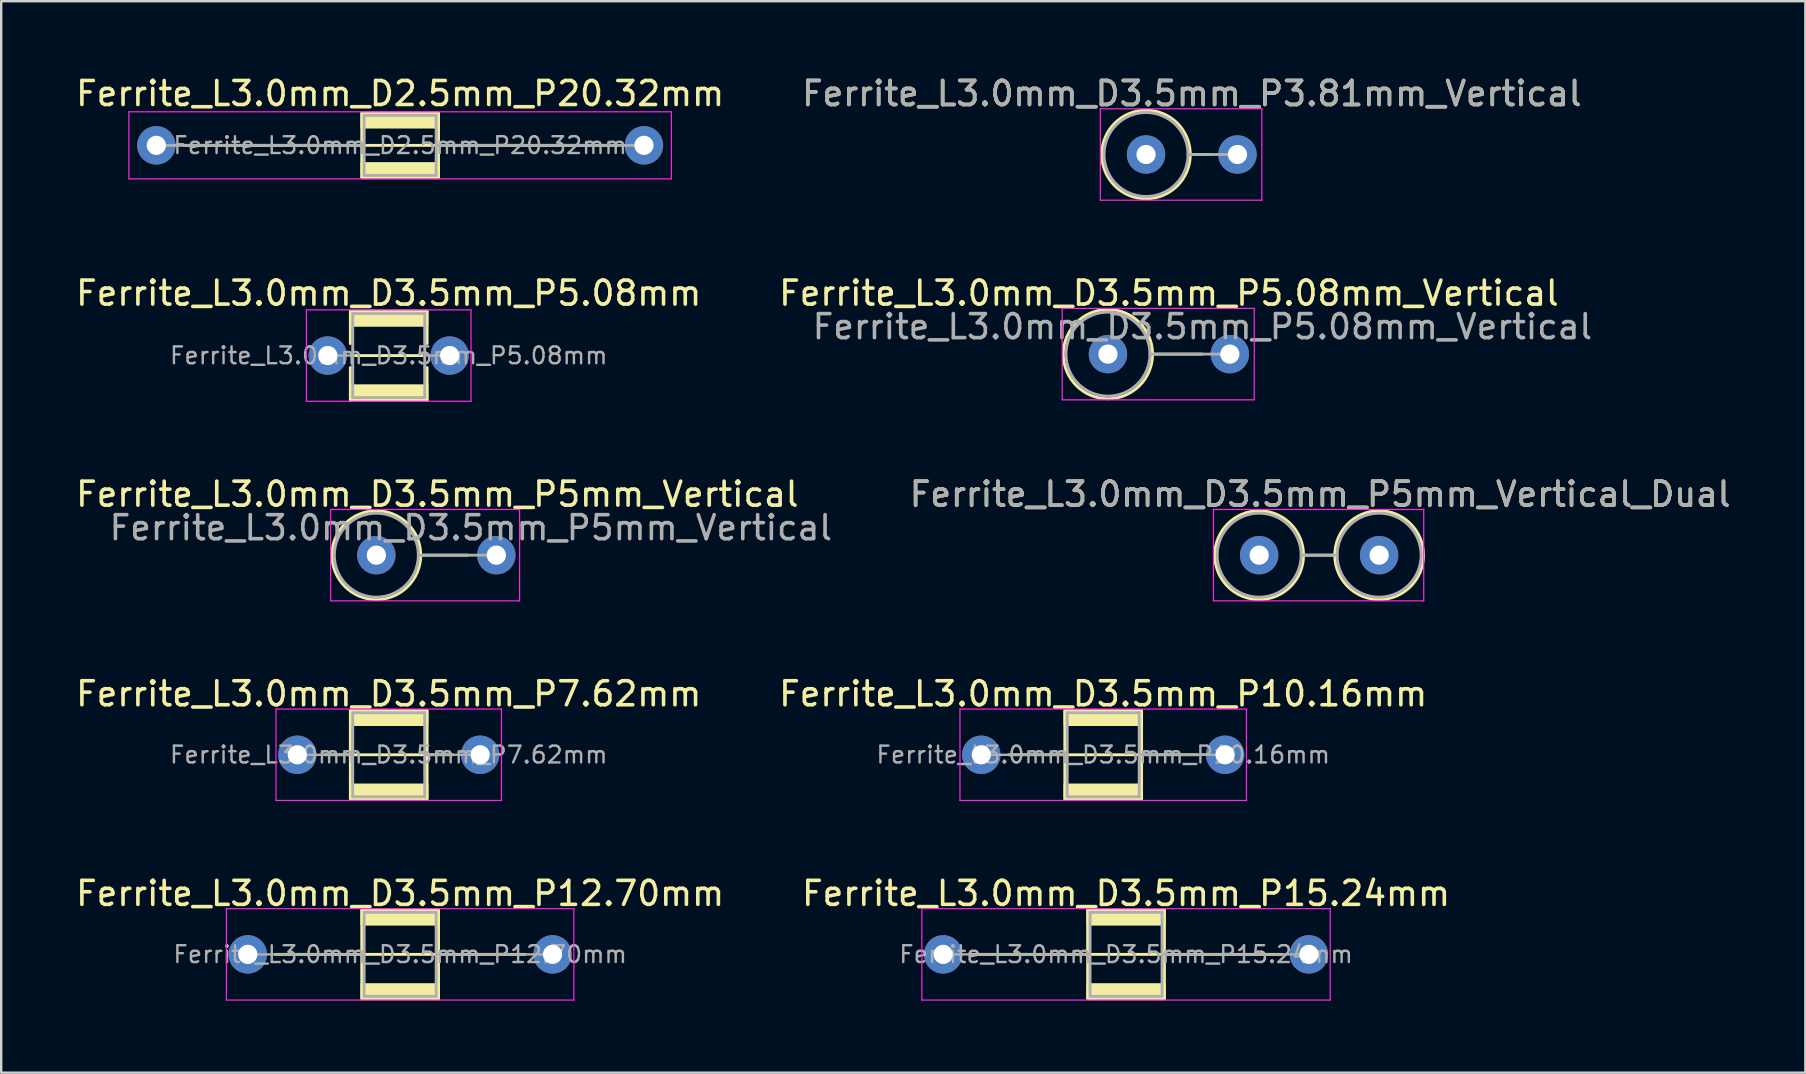
<source format=kicad_pcb>
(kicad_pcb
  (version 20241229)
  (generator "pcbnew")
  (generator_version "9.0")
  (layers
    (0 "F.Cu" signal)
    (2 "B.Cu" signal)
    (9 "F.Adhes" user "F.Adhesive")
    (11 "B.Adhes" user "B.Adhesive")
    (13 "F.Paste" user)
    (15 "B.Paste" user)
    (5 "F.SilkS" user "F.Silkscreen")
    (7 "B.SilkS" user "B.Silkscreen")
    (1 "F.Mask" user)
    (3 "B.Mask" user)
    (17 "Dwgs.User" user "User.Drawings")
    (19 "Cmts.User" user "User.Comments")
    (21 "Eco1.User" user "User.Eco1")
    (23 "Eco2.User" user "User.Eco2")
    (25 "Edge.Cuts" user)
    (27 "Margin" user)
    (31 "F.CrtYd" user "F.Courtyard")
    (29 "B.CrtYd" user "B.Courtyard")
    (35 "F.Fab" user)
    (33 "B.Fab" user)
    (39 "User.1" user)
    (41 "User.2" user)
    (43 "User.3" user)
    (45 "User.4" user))
  (footprint "Ferrite_L3.0mm_D3.5mm_P12.70mm"
    (layer "F.Cu")
    (at 7.275 36.721)
    (property "Reference" "Ferrite_L3.0mm_D3.5mm_P12.70mm" (at 6.35 -2.54 0) (layer "F.SilkS") (effects (font (size 1 1) (thickness 0.15))))
    (fp_line (start 11.557 0) (end 1.143 0) (stroke (width 0.12) (type solid)) (layer "F.SilkS"))
    (fp_rect (start 4.75 -1.85) (end 7.95 1.85) (stroke (width 0.12) (type solid)) (fill no) (layer "F.SilkS"))
    (fp_poly (pts (xy 7.95 -1.25) (xy 4.75 -1.25) (xy 4.75 -1.85) (xy 7.95 -1.85)) (stroke (width 0.1) (type solid)) (fill yes) (layer "F.SilkS"))
    (fp_poly (pts (xy 7.95 1.85) (xy 4.75 1.85) (xy 4.75 1.25) (xy 7.95 1.25)) (stroke (width 0.1) (type solid)) (fill yes) (layer "F.SilkS"))
    (fp_line (start -0.889 -1.905) (end 13.589 -1.905) (stroke (width 0.05) (type solid)) (layer "F.CrtYd"))
    (fp_line (start -0.889 1.905) (end -0.889 -1.905) (stroke (width 0.05) (type solid)) (layer "F.CrtYd"))
    (fp_line (start 13.589 -1.905) (end 13.589 1.905) (stroke (width 0.05) (type solid)) (layer "F.CrtYd"))
    (fp_line (start 13.589 1.905) (end -0.889 1.905) (stroke (width 0.05) (type solid)) (layer "F.CrtYd"))
    (fp_line (start 0 0) (end 4.85 0) (stroke (width 0.1) (type solid)) (layer "F.Fab"))
    (fp_line (start 4.85 -1.75) (end 4.85 1.75) (stroke (width 0.12) (type solid)) (layer "F.Fab"))
    (fp_line (start 4.85 1.75) (end 7.85 1.75) (stroke (width 0.12) (type solid)) (layer "F.Fab"))
    (fp_line (start 7.85 -1.75) (end 4.85 -1.75) (stroke (width 0.12) (type solid)) (layer "F.Fab"))
    (fp_line (start 7.85 1.75) (end 7.85 -1.75) (stroke (width 0.12) (type solid)) (layer "F.Fab"))
    (fp_line (start 12.7 0) (end 7.85 0) (stroke (width 0.1) (type solid)) (layer "F.Fab"))
    (fp_text user "${REFERENCE}" (at 6.35 0 0) (layer "F.Fab") (effects (font (size 0.7 0.7) (thickness 0.1))))
    (pad "1" thru_hole circle (at 0 0) (size 1.6 1.6) (drill 0.8) (layers "*.Cu" "*.Mask"))
    (pad "2" thru_hole circle (at 12.7 0) (size 1.6 1.6) (drill 0.8) (layers "*.Cu" "*.Mask")))
  (footprint "Ferrite_L3.0mm_D3.5mm_P5.08mm"
    (layer "F.Cu")
    (at 10.609 11.767)
    (property "Reference" "Ferrite_L3.0mm_D3.5mm_P5.08mm" (at 2.54 -2.6 0) (layer "F.SilkS") (effects (font (size 1 1) (thickness 0.15))))
    (fp_line (start 0.94 -1.85) (end 0.94 -0.5) (stroke (width 0.12) (type solid)) (layer "F.SilkS"))
    (fp_line (start 0.94 0.5) (end 0.94 1.85) (stroke (width 0.12) (type solid)) (layer "F.SilkS"))
    (fp_line (start 0.94 1.85) (end 4.14 1.85) (stroke (width 0.12) (type solid)) (layer "F.SilkS"))
    (fp_line (start 3.937 0) (end 1.143 0) (stroke (width 0.12) (type solid)) (layer "F.SilkS"))
    (fp_line (start 4.14 -1.85) (end 0.94 -1.85) (stroke (width 0.12) (type solid)) (layer "F.SilkS"))
    (fp_line (start 4.14 -1.85) (end 4.14 -0.5) (stroke (width 0.12) (type solid)) (layer "F.SilkS"))
    (fp_line (start 4.14 1.85) (end 4.14 0.5) (stroke (width 0.12) (type solid)) (layer "F.SilkS"))
    (fp_poly (pts (xy 4.14 -1.25) (xy 0.94 -1.25) (xy 0.94 -1.85) (xy 4.14 -1.85)) (stroke (width 0.1) (type solid)) (fill yes) (layer "F.SilkS"))
    (fp_poly (pts (xy 4.14 1.85) (xy 0.94 1.85) (xy 0.94 1.25) (xy 4.14 1.25)) (stroke (width 0.1) (type solid)) (fill yes) (layer "F.SilkS"))
    (fp_line (start -0.889 -1.905) (end 5.969 -1.905) (stroke (width 0.05) (type solid)) (layer "F.CrtYd"))
    (fp_line (start -0.889 1.905) (end -0.889 -1.905) (stroke (width 0.05) (type solid)) (layer "F.CrtYd"))
    (fp_line (start 5.969 -1.905) (end 5.969 1.905) (stroke (width 0.05) (type solid)) (layer "F.CrtYd"))
    (fp_line (start 5.969 1.905) (end -0.889 1.905) (stroke (width 0.05) (type solid)) (layer "F.CrtYd"))
    (fp_line (start 0 0) (end 1.016 0) (stroke (width 0.1) (type solid)) (layer "F.Fab"))
    (fp_line (start 1.04 -1.75) (end 1.04 0.5) (stroke (width 0.12) (type solid)) (layer "F.Fab"))
    (fp_line (start 1.04 0.5) (end 1.04 1.75) (stroke (width 0.12) (type solid)) (layer "F.Fab"))
    (fp_line (start 1.04 1.75) (end 4.04 1.75) (stroke (width 0.12) (type solid)) (layer "F.Fab"))
    (fp_line (start 4.04 -1.75) (end 1.04 -1.75) (stroke (width 0.12) (type solid)) (layer "F.Fab"))
    (fp_line (start 4.04 -1.75) (end 4.04 0.5) (stroke (width 0.12) (type solid)) (layer "F.Fab"))
    (fp_line (start 4.04 1.75) (end 4.04 0.5) (stroke (width 0.12) (type solid)) (layer "F.Fab"))
    (fp_line (start 5.08 0) (end 4.064 0) (stroke (width 0.1) (type solid)) (layer "F.Fab"))
    (fp_text user "${REFERENCE}" (at 2.54 0 0) (layer "F.Fab") (effects (font (size 0.7 0.7) (thickness 0.1))))
    (pad "1" thru_hole circle (at 0 0) (size 1.6 1.6) (drill 0.8) (layers "*.Cu" "*.Mask"))
    (pad "2" thru_hole circle (at 5.08 0) (size 1.6 1.6) (drill 0.8) (layers "*.Cu" "*.Mask")))
  (footprint "Ferrite_L3.0mm_D3.5mm_P5mm_Vertical_Dual"
    (layer "F.Cu")
    (at 49.422 20.085)
    (property "Reference" "Ferrite_L3.0mm_D3.5mm_P5mm_Vertical_Dual" (at 2.54 -2.54 0) (layer "F.SilkS") (effects (font (size 1 1) (thickness 0.15))))
    (fp_line (start 1.85 0) (end 3.15 0) (stroke (width 0.12) (type solid)) (layer "F.SilkS"))
    (fp_circle (center 0 0) (end -1.85 0) (stroke (width 0.12) (type solid)) (fill no) (layer "F.SilkS"))
    (fp_circle (center 5 0) (end 3.15 0) (stroke (width 0.12) (type solid)) (fill no) (layer "F.SilkS"))
    (fp_line (start -1.905 -1.905) (end 6.858 -1.905) (stroke (width 0.05) (type solid)) (layer "F.CrtYd"))
    (fp_line (start -1.905 1.905) (end -1.905 -1.905) (stroke (width 0.05) (type solid)) (layer "F.CrtYd"))
    (fp_line (start 6.858 -1.905) (end 6.858 1.905) (stroke (width 0.05) (type solid)) (layer "F.CrtYd"))
    (fp_line (start 6.858 1.905) (end -1.905 1.905) (stroke (width 0.05) (type solid)) (layer "F.CrtYd"))
    (fp_line (start 1.75 0) (end 3.25 0) (stroke (width 0.12) (type solid)) (layer "F.Fab"))
    (fp_circle (center 0 0) (end -1.75 0) (stroke (width 0.12) (type solid)) (fill no) (layer "F.Fab"))
    (fp_circle (center 5 0) (end 3.25 0) (stroke (width 0.12) (type solid)) (fill no) (layer "F.Fab"))
    (fp_text user "${REFERENCE}" (at 2.54 -2.539 0) (layer "F.Fab") (effects (font (size 1 1) (thickness 0.15))))
    (pad "1" thru_hole circle (at 0 0) (size 1.6 1.6) (drill 0.8) (layers "*.Cu" "*.Mask"))
    (pad "2" thru_hole circle (at 5 0) (size 1.6 1.6) (drill 0.8) (layers "*.Cu" "*.Mask")))
  (footprint "Ferrite_L3.0mm_D3.5mm_P10.16mm"
    (layer "F.Cu")
    (at 37.843 28.403)
    (property "Reference" "Ferrite_L3.0mm_D3.5mm_P10.16mm" (at 5.08 -2.54 0) (layer "F.SilkS") (effects (font (size 1 1) (thickness 0.15))))
    (fp_line (start 9.017 0) (end 1.143 0) (stroke (width 0.12) (type solid)) (layer "F.SilkS"))
    (fp_rect (start 3.48 -1.85) (end 6.68 1.85) (stroke (width 0.12) (type solid)) (fill no) (layer "F.SilkS"))
    (fp_poly (pts (xy 6.68 -1.25) (xy 3.48 -1.25) (xy 3.48 -1.85) (xy 6.68 -1.85)) (stroke (width 0.1) (type solid)) (fill yes) (layer "F.SilkS"))
    (fp_poly (pts (xy 6.68 1.85) (xy 3.48 1.85) (xy 3.48 1.25) (xy 6.68 1.25)) (stroke (width 0.1) (type solid)) (fill yes) (layer "F.SilkS"))
    (fp_line (start -0.889 -1.905) (end 11.049 -1.905) (stroke (width 0.05) (type solid)) (layer "F.CrtYd"))
    (fp_line (start -0.889 1.905) (end -0.889 -1.905) (stroke (width 0.05) (type solid)) (layer "F.CrtYd"))
    (fp_line (start 11.049 -1.905) (end 11.049 1.905) (stroke (width 0.05) (type solid)) (layer "F.CrtYd"))
    (fp_line (start 11.049 1.905) (end -0.889 1.905) (stroke (width 0.05) (type solid)) (layer "F.CrtYd"))
    (fp_line (start 0 0) (end 3.429 0) (stroke (width 0.1) (type solid)) (layer "F.Fab"))
    (fp_line (start 3.429 0) (end 3.58 0) (stroke (width 0.1) (type solid)) (layer "F.Fab"))
    (fp_line (start 3.58 -1.75) (end 3.58 1.75) (stroke (width 0.12) (type solid)) (layer "F.Fab"))
    (fp_line (start 3.58 1.75) (end 6.58 1.75) (stroke (width 0.12) (type solid)) (layer "F.Fab"))
    (fp_line (start 6.58 -1.75) (end 3.58 -1.75) (stroke (width 0.12) (type solid)) (layer "F.Fab"))
    (fp_line (start 6.58 1.75) (end 6.58 -1.75) (stroke (width 0.12) (type solid)) (layer "F.Fab"))
    (fp_line (start 10.16 0) (end 6.58 0) (stroke (width 0.1) (type solid)) (layer "F.Fab"))
    (fp_text user "${REFERENCE}" (at 5.08 0 0) (layer "F.Fab") (effects (font (size 0.7 0.7) (thickness 0.1))))
    (pad "1" thru_hole circle (at 0 0) (size 1.6 1.6) (drill 0.8) (layers "*.Cu" "*.Mask"))
    (pad "2" thru_hole circle (at 10.16 0) (size 1.6 1.6) (drill 0.8) (layers "*.Cu" "*.Mask")))
  (footprint "Ferrite_L3.0mm_D3.5mm_P5.08mm_Vertical"
    (layer "F.Cu")
    (at 43.121 11.707)
    (property "Reference" "Ferrite_L3.0mm_D3.5mm_P5.08mm_Vertical" (at 2.54 -2.54 0) (layer "F.SilkS") (effects (font (size 1 1) (thickness 0.15))))
    (fp_line (start 1.86 0) (end 3.937 0) (stroke (width 0.12) (type solid)) (layer "F.SilkS"))
    (fp_circle (center 0 0) (end -1.86 0) (stroke (width 0.12) (type solid)) (fill no) (layer "F.SilkS"))
    (fp_line (start -1.905 -1.905) (end 6.096 -1.905) (stroke (width 0.05) (type solid)) (layer "F.CrtYd"))
    (fp_line (start -1.905 1.905) (end -1.905 -1.905) (stroke (width 0.05) (type solid)) (layer "F.CrtYd"))
    (fp_line (start 6.096 -1.905) (end 6.096 1.905) (stroke (width 0.05) (type solid)) (layer "F.CrtYd"))
    (fp_line (start 6.096 1.905) (end -1.905 1.905) (stroke (width 0.05) (type solid)) (layer "F.CrtYd"))
    (fp_line (start 1.75 0) (end 5.08 0) (stroke (width 0.12) (type solid)) (layer "F.Fab"))
    (fp_circle (center 0 0) (end -1.75 0) (stroke (width 0.12) (type solid)) (fill no) (layer "F.Fab"))
    (fp_text user "${REFERENCE}" (at 3.937 -1.143 0) (layer "F.Fab") (effects (font (size 1 1) (thickness 0.15))))
    (pad "1" thru_hole circle (at 0 0) (size 1.6 1.6) (drill 0.8) (layers "*.Cu" "*.Mask"))
    (pad "2" thru_hole circle (at 5.08 0) (size 1.6 1.6) (drill 0.8) (layers "*.Cu" "*.Mask")))
  (footprint "Ferrite_L3.0mm_D3.5mm_P7.62mm"
    (layer "F.Cu")
    (at 9.339 28.403)
    (property "Reference" "Ferrite_L3.0mm_D3.5mm_P7.62mm" (at 3.81 -2.54 0) (layer "F.SilkS") (effects (font (size 1 1) (thickness 0.15))))
    (fp_line (start 6.477 0) (end 1.143 0) (stroke (width 0.12) (type solid)) (layer "F.SilkS"))
    (fp_rect (start 2.21 -1.85) (end 5.41 1.85) (stroke (width 0.12) (type solid)) (fill no) (layer "F.SilkS"))
    (fp_poly (pts (xy 5.41 -1.25) (xy 2.21 -1.25) (xy 2.21 -1.85) (xy 5.41 -1.85)) (stroke (width 0.1) (type solid)) (fill yes) (layer "F.SilkS"))
    (fp_poly (pts (xy 5.41 1.85) (xy 2.21 1.85) (xy 2.21 1.25) (xy 5.41 1.25)) (stroke (width 0.1) (type solid)) (fill yes) (layer "F.SilkS"))
    (fp_line (start -0.889 -1.905) (end 8.509 -1.905) (stroke (width 0.05) (type solid)) (layer "F.CrtYd"))
    (fp_line (start -0.889 1.905) (end -0.889 -1.905) (stroke (width 0.05) (type solid)) (layer "F.CrtYd"))
    (fp_line (start 8.509 -1.905) (end 8.509 1.905) (stroke (width 0.05) (type solid)) (layer "F.CrtYd"))
    (fp_line (start 8.509 1.905) (end -0.889 1.905) (stroke (width 0.05) (type solid)) (layer "F.CrtYd"))
    (fp_line (start 0 0) (end 2.31 0) (stroke (width 0.1) (type solid)) (layer "F.Fab"))
    (fp_line (start 2.31 -1.75) (end 2.31 1.75) (stroke (width 0.12) (type solid)) (layer "F.Fab"))
    (fp_line (start 2.31 1.75) (end 5.31 1.75) (stroke (width 0.12) (type solid)) (layer "F.Fab"))
    (fp_line (start 5.31 -1.75) (end 2.31 -1.75) (stroke (width 0.12) (type solid)) (layer "F.Fab"))
    (fp_line (start 5.31 1.75) (end 5.31 -1.75) (stroke (width 0.12) (type solid)) (layer "F.Fab"))
    (fp_line (start 7.62 0) (end 5.31 0) (stroke (width 0.1) (type solid)) (layer "F.Fab"))
    (fp_text user "${REFERENCE}" (at 3.81 0 0) (layer "F.Fab") (effects (font (size 0.7 0.7) (thickness 0.1))))
    (pad "1" thru_hole circle (at 0 0) (size 1.6 1.6) (drill 0.8) (layers "*.Cu" "*.Mask"))
    (pad "2" thru_hole circle (at 7.62 0) (size 1.6 1.6) (drill 0.8) (layers "*.Cu" "*.Mask")))
  (footprint "Ferrite_L3.0mm_D3.5mm_P15.24mm"
    (layer "F.Cu")
    (at 36.255 36.721)
    (property "Reference" "Ferrite_L3.0mm_D3.5mm_P15.24mm" (at 7.62 -2.54 0) (layer "F.SilkS") (effects (font (size 1 1) (thickness 0.15))))
    (fp_line (start 14.097 0) (end 1.143 0) (stroke (width 0.12) (type solid)) (layer "F.SilkS"))
    (fp_rect (start 6.02 -1.85) (end 9.22 1.85) (stroke (width 0.12) (type solid)) (fill no) (layer "F.SilkS"))
    (fp_poly (pts (xy 9.22 -1.25) (xy 6.02 -1.25) (xy 6.02 -1.85) (xy 9.22 -1.85)) (stroke (width 0.1) (type solid)) (fill yes) (layer "F.SilkS"))
    (fp_poly (pts (xy 9.22 1.85) (xy 6.02 1.85) (xy 6.02 1.25) (xy 9.22 1.25)) (stroke (width 0.1) (type solid)) (fill yes) (layer "F.SilkS"))
    (fp_line (start -0.889 -1.905) (end 16.129 -1.905) (stroke (width 0.05) (type solid)) (layer "F.CrtYd"))
    (fp_line (start -0.889 1.905) (end -0.889 -1.905) (stroke (width 0.05) (type solid)) (layer "F.CrtYd"))
    (fp_line (start 16.129 -1.905) (end 16.129 1.905) (stroke (width 0.05) (type solid)) (layer "F.CrtYd"))
    (fp_line (start 16.129 1.905) (end -0.889 1.905) (stroke (width 0.05) (type solid)) (layer "F.CrtYd"))
    (fp_line (start 0 0) (end 6.12 0) (stroke (width 0.1) (type solid)) (layer "F.Fab"))
    (fp_line (start 6.12 -1.75) (end 6.12 1.75) (stroke (width 0.12) (type solid)) (layer "F.Fab"))
    (fp_line (start 6.12 1.75) (end 9.12 1.75) (stroke (width 0.12) (type solid)) (layer "F.Fab"))
    (fp_line (start 9.12 -1.75) (end 6.12 -1.75) (stroke (width 0.12) (type solid)) (layer "F.Fab"))
    (fp_line (start 9.12 1.75) (end 9.12 -1.75) (stroke (width 0.12) (type solid)) (layer "F.Fab"))
    (fp_line (start 15.24 0) (end 9.12 0) (stroke (width 0.1) (type solid)) (layer "F.Fab"))
    (fp_text user "${REFERENCE}" (at 7.62 0 0) (layer "F.Fab") (effects (font (size 0.7 0.7) (thickness 0.1))))
    (pad "1" thru_hole circle (at 0 0) (size 1.6 1.6) (drill 0.8) (layers "*.Cu" "*.Mask"))
    (pad "2" thru_hole circle (at 15.24 0) (size 1.6 1.6) (drill 0.8) (layers "*.Cu" "*.Mask")))
  (footprint "Ferrite_L3.0mm_D3.5mm_P5mm_Vertical"
    (layer "F.Cu")
    (at 12.633 20.085)
    (property "Reference" "Ferrite_L3.0mm_D3.5mm_P5mm_Vertical" (at 2.54 -2.54 0) (layer "F.SilkS") (effects (font (size 1 1) (thickness 0.15))))
    (fp_line (start 1.85 0) (end 3.81 0) (stroke (width 0.12) (type solid)) (layer "F.SilkS"))
    (fp_circle (center 0 0) (end -1.85 0) (stroke (width 0.12) (type solid)) (fill no) (layer "F.SilkS"))
    (fp_line (start -1.905 -1.905) (end 5.969 -1.905) (stroke (width 0.05) (type solid)) (layer "F.CrtYd"))
    (fp_line (start -1.905 1.905) (end -1.905 -1.905) (stroke (width 0.05) (type solid)) (layer "F.CrtYd"))
    (fp_line (start 5.969 -1.905) (end 5.969 1.905) (stroke (width 0.05) (type solid)) (layer "F.CrtYd"))
    (fp_line (start 5.969 1.905) (end -1.905 1.905) (stroke (width 0.05) (type solid)) (layer "F.CrtYd"))
    (fp_line (start 1.75 0) (end 5 0) (stroke (width 0.12) (type solid)) (layer "F.Fab"))
    (fp_circle (center 0 0) (end -1.75 0) (stroke (width 0.12) (type solid)) (fill no) (layer "F.Fab"))
    (fp_text user "${REFERENCE}" (at 3.937 -1.143 0) (layer "F.Fab") (effects (font (size 1 1) (thickness 0.15))))
    (pad "1" thru_hole circle (at 0 0) (size 1.6 1.6) (drill 0.8) (layers "*.Cu" "*.Mask"))
    (pad "2" thru_hole circle (at 5 0) (size 1.6 1.6) (drill 0.8) (layers "*.Cu" "*.Mask")))
  (footprint "Ferrite_L3.0mm_D2.5mm_P20.32mm"
    (layer "F.Cu")
    (at 3.465 3.007)
    (property "Reference" "Ferrite_L3.0mm_D2.5mm_P20.32mm" (at 10.16 -2.159 0) (layer "F.SilkS") (effects (font (size 1 1) (thickness 0.15))))
    (fp_line (start 11.774 0.000002) (end 1.143 0) (stroke (width 0.12) (type solid)) (layer "F.SilkS"))
    (fp_line (start 11.774 0.000002) (end 19.177 0) (stroke (width 0.12) (type solid)) (layer "F.SilkS"))
    (fp_rect (start 8.56 -1.35) (end 11.76 1.35) (stroke (width 0.12) (type solid)) (fill no) (layer "F.SilkS"))
    (fp_poly (pts (xy 11.76 -0.75) (xy 8.56 -0.75) (xy 8.56 -1.35) (xy 11.76 -1.35)) (stroke (width 0.1) (type solid)) (fill yes) (layer "F.SilkS"))
    (fp_poly (pts (xy 11.76 1.35) (xy 8.56 1.35) (xy 8.56 0.75) (xy 11.76 0.75)) (stroke (width 0.1) (type solid)) (fill yes) (layer "F.SilkS"))
    (fp_line (start -1.143 -1.397) (end 21.463 -1.397) (stroke (width 0.05) (type solid)) (layer "F.CrtYd"))
    (fp_line (start -1.143 1.397) (end -1.143 -1.397) (stroke (width 0.05) (type solid)) (layer "F.CrtYd"))
    (fp_line (start 21.463 -1.397) (end 21.463 1.397) (stroke (width 0.05) (type solid)) (layer "F.CrtYd"))
    (fp_line (start 21.463 1.397) (end -1.143 1.397) (stroke (width 0.05) (type solid)) (layer "F.CrtYd"))
    (fp_line (start 8.66 -1.25) (end 8.66 0) (stroke (width 0.12) (type solid)) (layer "F.Fab"))
    (fp_line (start 8.66 0) (end 0 0) (stroke (width 0.12) (type solid)) (layer "F.Fab"))
    (fp_line (start 8.66 0) (end 8.66 1.25) (stroke (width 0.12) (type solid)) (layer "F.Fab"))
    (fp_line (start 8.66 1.25) (end 11.66 1.25) (stroke (width 0.12) (type solid)) (layer "F.Fab"))
    (fp_line (start 11.66 -1.25) (end 8.66 -1.25) (stroke (width 0.12) (type solid)) (layer "F.Fab"))
    (fp_line (start 11.66 0) (end 20.32 0) (stroke (width 0.12) (type solid)) (layer "F.Fab"))
    (fp_line (start 11.66 1.25) (end 11.66 -1.25) (stroke (width 0.12) (type solid)) (layer "F.Fab"))
    (fp_text user "${REFERENCE}" (at 10.16 0 0) (layer "F.Fab") (effects (font (size 0.7 0.7) (thickness 0.1))))
    (pad "1" thru_hole circle (at 0 0) (size 1.6 1.6) (drill 0.8) (layers "*.Cu" "*.Mask"))
    (pad "2" thru_hole circle (at 20.32 0) (size 1.6 1.6) (drill 0.8) (layers "*.Cu" "*.Mask")))
  (footprint "Ferrite_L3.0mm_D3.5mm_P3.81mm_Vertical"
    (layer "F.Cu")
    (at 44.708 3.388)
    (property "Reference" "Ferrite_L3.0mm_D3.5mm_P3.81mm_Vertical" (at 1.905 -2.54 0) (layer "F.SilkS") (effects (font (size 1 1) (thickness 0.15))))
    (fp_line (start 1.845 0) (end 2.667 0) (stroke (width 0.12) (type solid)) (layer "F.SilkS"))
    (fp_circle (center 0 0) (end -1.845 0) (stroke (width 0.12) (type solid)) (fill no) (layer "F.SilkS"))
    (fp_line (start -1.905 -1.905) (end 4.826 -1.905) (stroke (width 0.05) (type solid)) (layer "F.CrtYd"))
    (fp_line (start -1.905 1.905) (end -1.905 -1.905) (stroke (width 0.05) (type solid)) (layer "F.CrtYd"))
    (fp_line (start 4.826 -1.905) (end 4.826 1.905) (stroke (width 0.05) (type solid)) (layer "F.CrtYd"))
    (fp_line (start 4.826 1.905) (end -1.905 1.905) (stroke (width 0.05) (type solid)) (layer "F.CrtYd"))
    (fp_line (start 1.75 0) (end 3.81 0) (stroke (width 0.12) (type solid)) (layer "F.Fab"))
    (fp_circle (center 0 0) (end -1.75 0) (stroke (width 0.12) (type solid)) (fill no) (layer "F.Fab"))
    (fp_text user "${REFERENCE}" (at 1.905 -2.539 0) (layer "F.Fab") (effects (font (size 1 1) (thickness 0.15))))
    (pad "1" thru_hole circle (at 0 0) (size 1.6 1.6) (drill 0.8) (layers "*.Cu" "*.Mask"))
    (pad "2" thru_hole circle (at 3.81 0) (size 1.6 1.6) (drill 0.8) (layers "*.Cu" "*.Mask")))
  (gr_rect
    (start -3 -3)
    (end 72.183 41.651)
    (stroke (width 0.1) (type default))
    (fill no)
    (layer "Edge.Cuts")))
</source>
